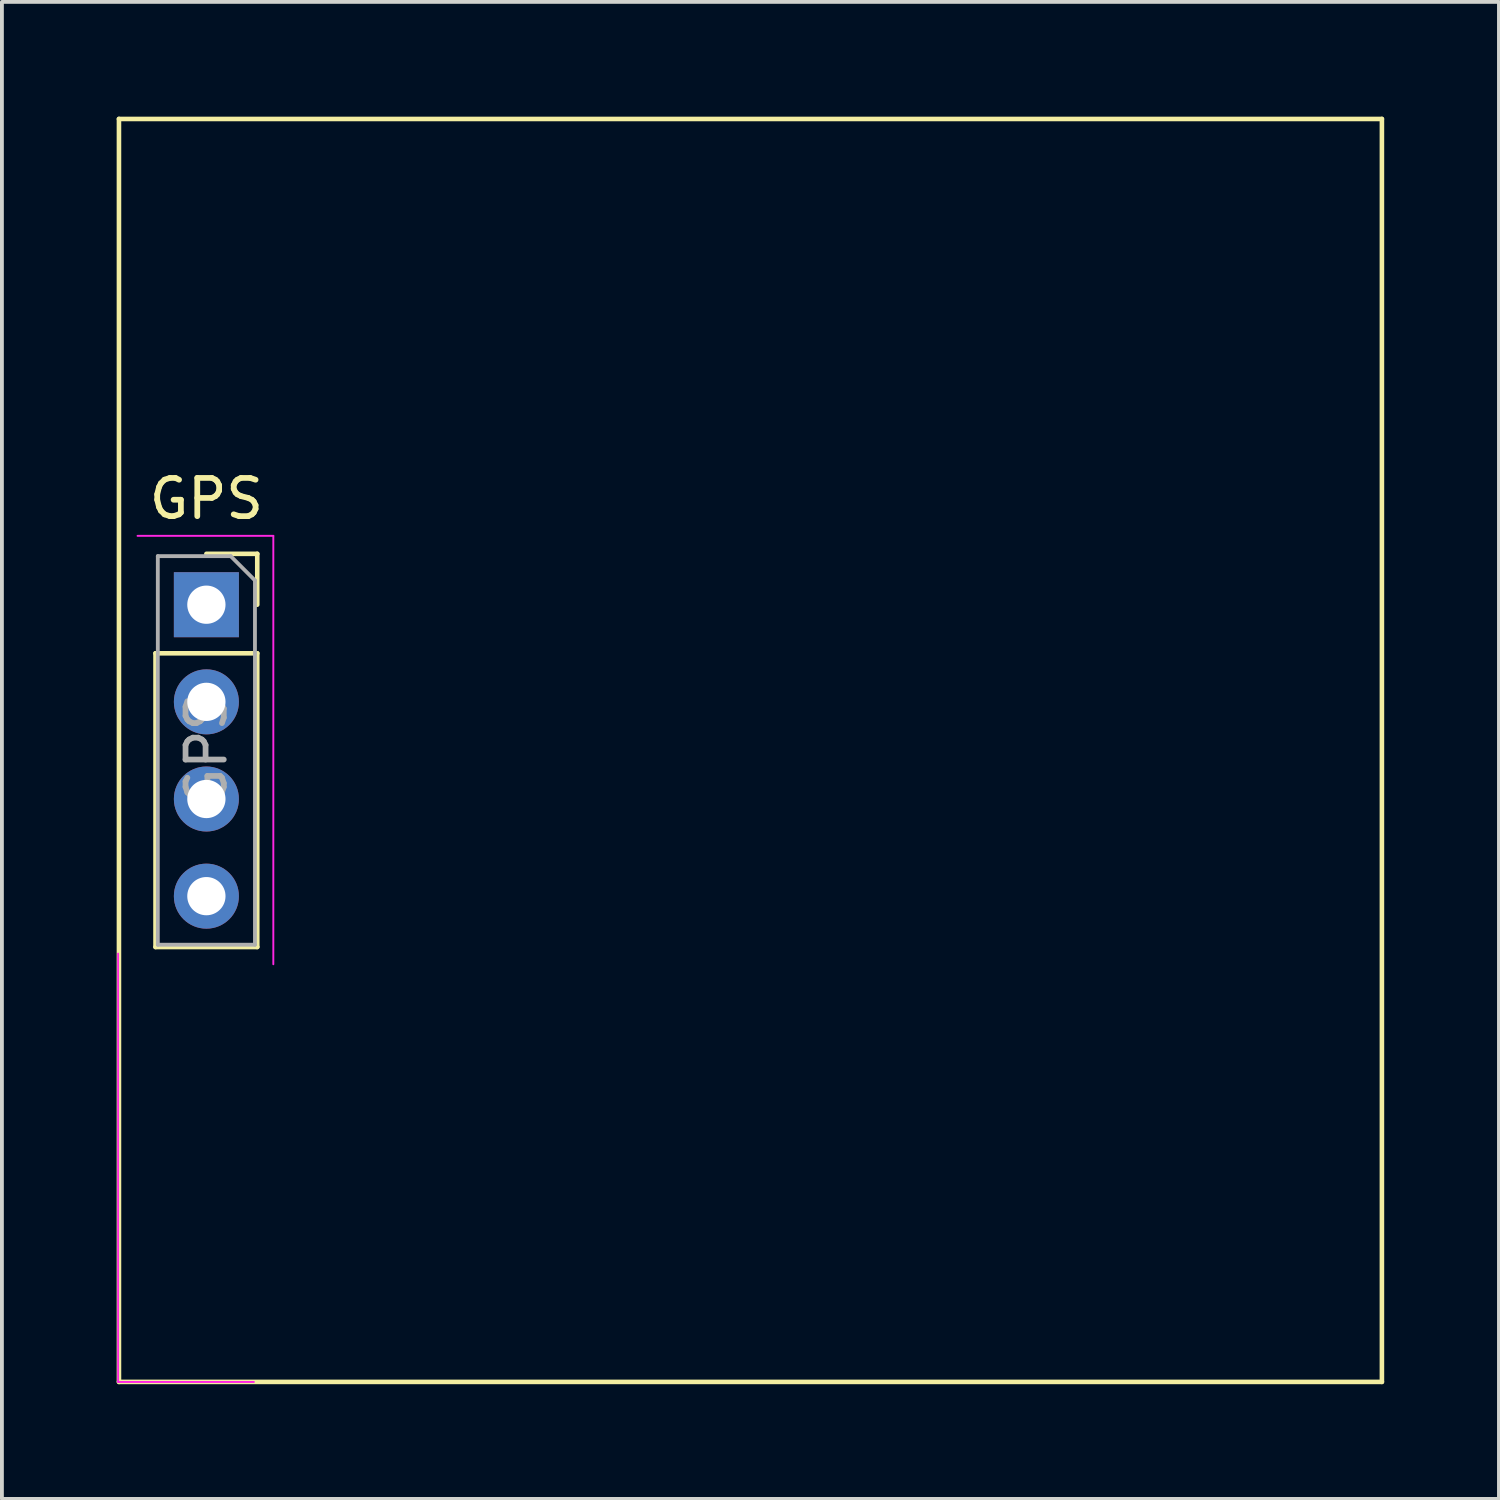
<source format=kicad_pcb>
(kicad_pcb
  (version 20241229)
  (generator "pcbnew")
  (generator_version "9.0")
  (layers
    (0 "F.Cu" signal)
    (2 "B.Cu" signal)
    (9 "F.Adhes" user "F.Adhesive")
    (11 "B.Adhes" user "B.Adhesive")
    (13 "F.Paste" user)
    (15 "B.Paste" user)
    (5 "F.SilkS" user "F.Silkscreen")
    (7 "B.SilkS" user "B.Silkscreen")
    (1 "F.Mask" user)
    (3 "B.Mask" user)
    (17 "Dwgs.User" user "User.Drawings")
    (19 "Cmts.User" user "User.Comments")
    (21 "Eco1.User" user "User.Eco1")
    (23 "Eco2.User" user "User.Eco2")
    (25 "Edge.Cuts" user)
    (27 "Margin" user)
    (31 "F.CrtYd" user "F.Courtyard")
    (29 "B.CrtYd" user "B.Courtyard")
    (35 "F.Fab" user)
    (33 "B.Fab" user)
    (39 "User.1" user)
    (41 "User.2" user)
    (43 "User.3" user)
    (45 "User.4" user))
  (footprint "GPS"
    (layer "F.Cu")
    (at 16.697 16.57)
    (property "Reference" "GPS" (at -14.351 -6.58 0) (layer "F.SilkS") (effects (font (size 1 1) (thickness 0.15))))
    (attr through_hole)
    (fp_line (start -16.637 -16.51) (end -16.637 16.51) (stroke (width 0.12) (type solid)) (layer "F.SilkS"))
    (fp_line (start -16.637 16.51) (end 16.383 16.51) (stroke (width 0.12) (type solid)) (layer "F.SilkS"))
    (fp_line (start -15.681 -2.54) (end -15.681 5.14) (stroke (width 0.12) (type solid)) (layer "F.SilkS"))
    (fp_line (start -15.681 -2.54) (end -13.021 -2.54) (stroke (width 0.12) (type solid)) (layer "F.SilkS"))
    (fp_line (start -15.681 5.14) (end -13.021 5.14) (stroke (width 0.12) (type solid)) (layer "F.SilkS"))
    (fp_line (start -14.351 -5.14) (end -13.021 -5.14) (stroke (width 0.12) (type solid)) (layer "F.SilkS"))
    (fp_line (start -13.021 -5.14) (end -13.021 -3.81) (stroke (width 0.12) (type solid)) (layer "F.SilkS"))
    (fp_line (start -13.021 -2.54) (end -13.021 5.14) (stroke (width 0.12) (type solid)) (layer "F.SilkS"))
    (fp_line (start 16.383 -16.51) (end -16.637 -16.51) (stroke (width 0.12) (type solid)) (layer "F.SilkS"))
    (fp_line (start 16.383 16.51) (end 16.383 -16.51) (stroke (width 0.12) (type solid)) (layer "F.SilkS"))
    (fp_line (start -16.659 16.512) (end -16.659 5.312) (stroke (width 0.05) (type solid)) (layer "F.CrtYd"))
    (fp_line (start -16.151 -5.61) (end -12.601 -5.61) (stroke (width 0.05) (type solid)) (layer "F.CrtYd"))
    (fp_line (start -13.109 16.512) (end -16.659 16.512) (stroke (width 0.05) (type solid)) (layer "F.CrtYd"))
    (fp_line (start -12.601 -5.61) (end -12.601 5.59) (stroke (width 0.05) (type solid)) (layer "F.CrtYd"))
    (fp_line (start -15.621 -5.08) (end -13.716 -5.08) (stroke (width 0.1) (type solid)) (layer "F.Fab"))
    (fp_line (start -15.621 5.08) (end -15.621 -5.08) (stroke (width 0.1) (type solid)) (layer "F.Fab"))
    (fp_line (start -13.716 -5.08) (end -13.081 -4.445) (stroke (width 0.1) (type solid)) (layer "F.Fab"))
    (fp_line (start -13.081 -4.445) (end -13.081 5.08) (stroke (width 0.1) (type solid)) (layer "F.Fab"))
    (fp_line (start -13.081 5.08) (end -15.621 5.08) (stroke (width 0.1) (type solid)) (layer "F.Fab"))
    (fp_text user "${REFERENCE}" (at -14.351 0 90) (layer "F.Fab") (effects (font (size 1 1) (thickness 0.15))))
    (pad "1" thru_hole rect (at -14.351 -3.81) (size 1.7 1.7) (drill 1) (layers "*.Cu" "*.Mask"))
    (pad "2" thru_hole oval (at -14.351 -1.27) (size 1.7 1.7) (drill 1) (layers "*.Cu" "*.Mask"))
    (pad "3" thru_hole oval (at -14.351 1.27) (size 1.7 1.7) (drill 1) (layers "*.Cu" "*.Mask"))
    (pad "4" thru_hole oval (at -14.351 3.81) (size 1.7 1.7) (drill 1) (layers "*.Cu" "*.Mask")))
  (gr_rect
    (start -3 -3)
    (end 36.14 36.14)
    (stroke (width 0.1) (type default))
    (fill no)
    (layer "Edge.Cuts")))
</source>
